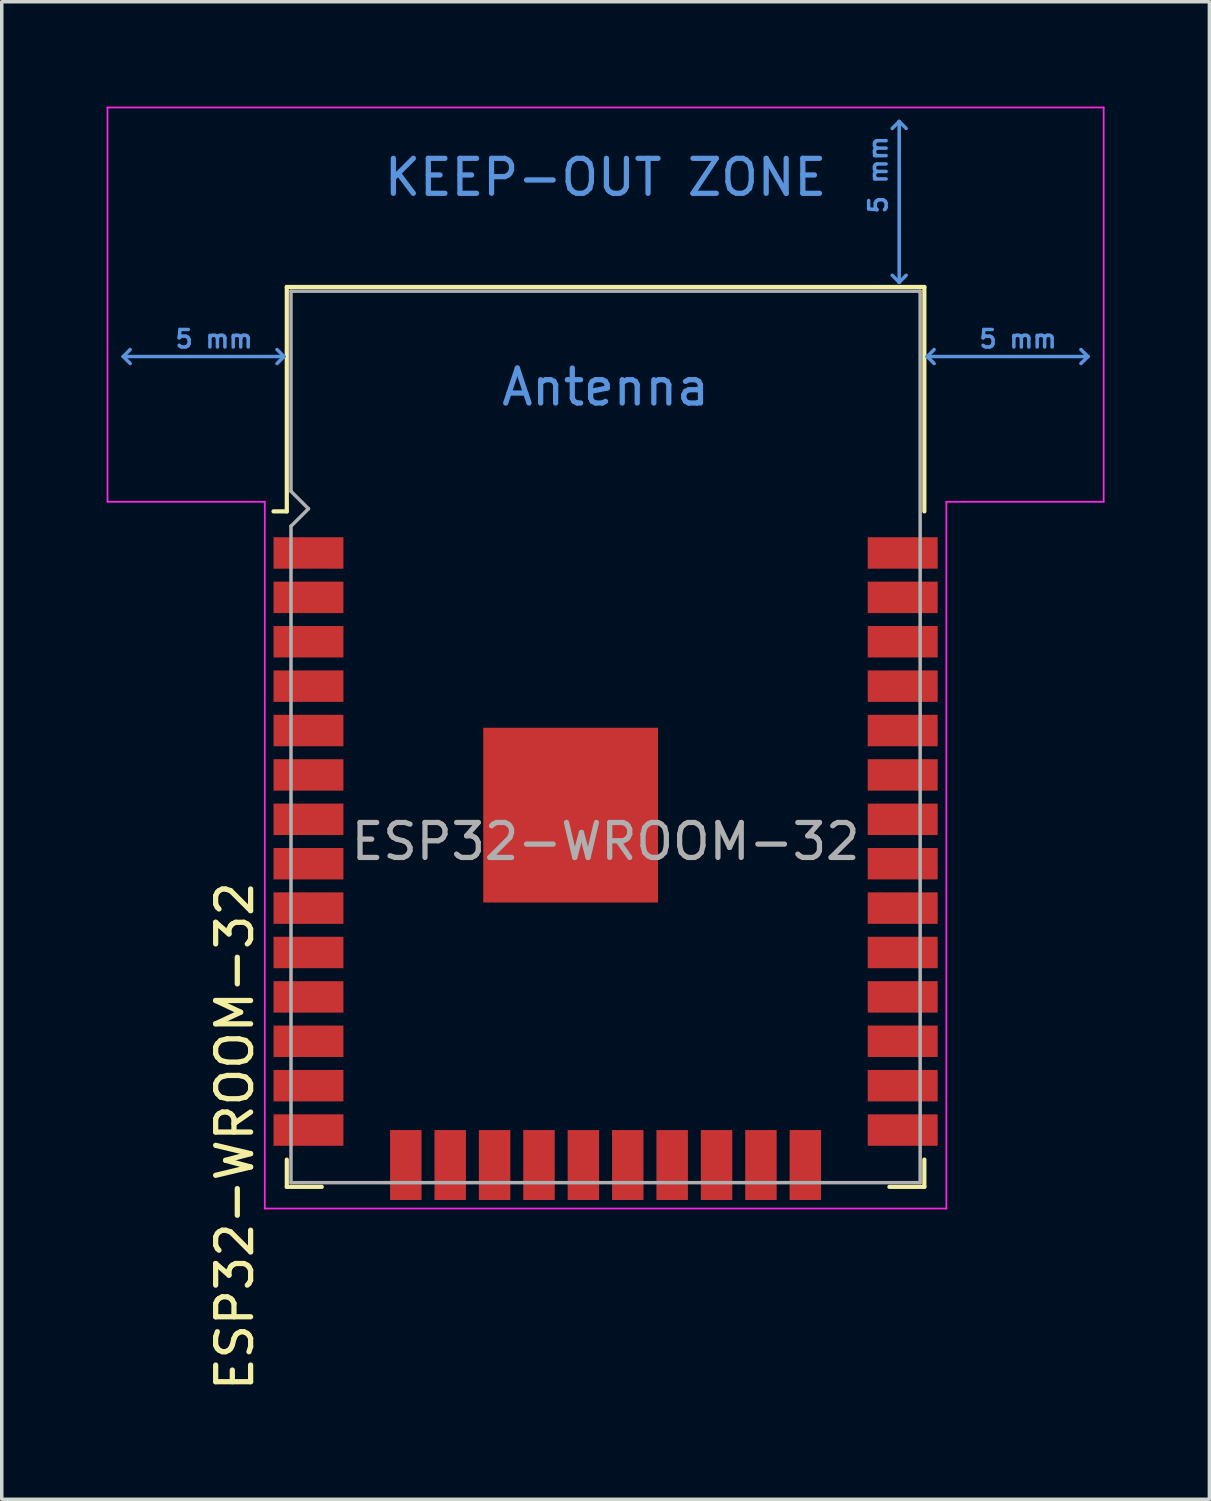
<source format=kicad_pcb>
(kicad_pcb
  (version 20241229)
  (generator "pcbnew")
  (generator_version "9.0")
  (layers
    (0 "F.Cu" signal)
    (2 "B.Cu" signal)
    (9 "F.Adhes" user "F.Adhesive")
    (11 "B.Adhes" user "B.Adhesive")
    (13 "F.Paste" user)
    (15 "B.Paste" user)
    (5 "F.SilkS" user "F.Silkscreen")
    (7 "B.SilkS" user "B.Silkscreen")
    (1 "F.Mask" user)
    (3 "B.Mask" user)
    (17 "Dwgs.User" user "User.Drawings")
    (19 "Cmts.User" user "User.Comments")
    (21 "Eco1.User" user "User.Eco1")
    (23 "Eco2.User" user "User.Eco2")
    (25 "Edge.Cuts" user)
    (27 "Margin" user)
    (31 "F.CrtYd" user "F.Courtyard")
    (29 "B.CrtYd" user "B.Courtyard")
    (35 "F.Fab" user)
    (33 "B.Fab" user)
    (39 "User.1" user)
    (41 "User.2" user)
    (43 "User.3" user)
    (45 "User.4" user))
  (footprint "ESP32-WROOM-32"
    (layer "F.Cu")
    (at 14.275 21.767)
    (property "Reference" "ESP32-WROOM-32" (at -10.61 7.688 90) (layer "F.SilkS") (effects (font (size 1 1) (thickness 0.15))))
    (attr smd)
    (fp_line (start -9.12 -16.607) (end -9.12 -10.187) (stroke (width 0.12) (type solid)) (layer "F.SilkS"))
    (fp_line (start -9.12 -16.607) (end 9.12 -16.607) (stroke (width 0.12) (type solid)) (layer "F.SilkS"))
    (fp_line (start -9.12 -10.187) (end -9.5 -10.187) (stroke (width 0.12) (type solid)) (layer "F.SilkS"))
    (fp_line (start -9.12 8.358) (end -9.12 9.138) (stroke (width 0.12) (type solid)) (layer "F.SilkS"))
    (fp_line (start -9.12 9.138) (end -8.12 9.138) (stroke (width 0.12) (type solid)) (layer "F.SilkS"))
    (fp_line (start 9.12 -16.607) (end 9.12 -10.187) (stroke (width 0.12) (type solid)) (layer "F.SilkS"))
    (fp_line (start 9.12 8.358) (end 9.12 9.138) (stroke (width 0.12) (type solid)) (layer "F.SilkS"))
    (fp_line (start 9.12 9.138) (end 8.12 9.138) (stroke (width 0.12) (type solid)) (layer "F.SilkS"))
    (fp_line (start -13.8 -14.617) (end -13.6 -14.817) (stroke (width 0.1) (type solid)) (layer "Cmts.User"))
    (fp_line (start -13.8 -14.617) (end -13.6 -14.417) (stroke (width 0.1) (type solid)) (layer "Cmts.User"))
    (fp_line (start -13.8 -14.617) (end -9.2 -14.617) (stroke (width 0.1) (type solid)) (layer "Cmts.User"))
    (fp_line (start -9.2 -14.617) (end -9.4 -14.817) (stroke (width 0.1) (type solid)) (layer "Cmts.User"))
    (fp_line (start -9.2 -14.617) (end -9.4 -14.417) (stroke (width 0.1) (type solid)) (layer "Cmts.User"))
    (fp_line (start 8.4 -21.342) (end 8.2 -21.142) (stroke (width 0.1) (type solid)) (layer "Cmts.User"))
    (fp_line (start 8.4 -21.342) (end 8.6 -21.142) (stroke (width 0.1) (type solid)) (layer "Cmts.User"))
    (fp_line (start 8.4 -16.742) (end 8.2 -16.942) (stroke (width 0.1) (type solid)) (layer "Cmts.User"))
    (fp_line (start 8.4 -16.742) (end 8.4 -21.342) (stroke (width 0.1) (type solid)) (layer "Cmts.User"))
    (fp_line (start 8.4 -16.742) (end 8.6 -16.942) (stroke (width 0.1) (type solid)) (layer "Cmts.User"))
    (fp_line (start 9.2 -14.617) (end 9.4 -14.817) (stroke (width 0.1) (type solid)) (layer "Cmts.User"))
    (fp_line (start 9.2 -14.617) (end 9.4 -14.417) (stroke (width 0.1) (type solid)) (layer "Cmts.User"))
    (fp_line (start 9.2 -14.617) (end 13.8 -14.617) (stroke (width 0.1) (type solid)) (layer "Cmts.User"))
    (fp_line (start 13.8 -14.617) (end 13.6 -14.817) (stroke (width 0.1) (type solid)) (layer "Cmts.User"))
    (fp_line (start 13.8 -14.617) (end 13.6 -14.417) (stroke (width 0.1) (type solid)) (layer "Cmts.User"))
    (fp_line (start -14.25 -21.742) (end -14.25 -10.462) (stroke (width 0.05) (type solid)) (layer "F.CrtYd"))
    (fp_line (start -14.25 -21.742) (end 14.25 -21.742) (stroke (width 0.05) (type solid)) (layer "F.CrtYd"))
    (fp_line (start -14.25 -10.462) (end -9.75 -10.462) (stroke (width 0.05) (type solid)) (layer "F.CrtYd"))
    (fp_line (start -9.75 9.758) (end -9.75 -10.462) (stroke (width 0.05) (type solid)) (layer "F.CrtYd"))
    (fp_line (start -9.75 9.758) (end 9.75 9.758) (stroke (width 0.05) (type solid)) (layer "F.CrtYd"))
    (fp_line (start 9.75 -10.462) (end 9.75 9.758) (stroke (width 0.05) (type solid)) (layer "F.CrtYd"))
    (fp_line (start 9.75 -10.462) (end 14.25 -10.462) (stroke (width 0.05) (type solid)) (layer "F.CrtYd"))
    (fp_line (start 14.25 -21.742) (end 14.25 -10.462) (stroke (width 0.05) (type solid)) (layer "F.CrtYd"))
    (fp_line (start -9 -16.487) (end -9 -10.762) (stroke (width 0.1) (type solid)) (layer "F.Fab"))
    (fp_line (start -9 -16.487) (end 9 -16.487) (stroke (width 0.1) (type solid)) (layer "F.Fab"))
    (fp_line (start -9 -9.762) (end -9 9.018) (stroke (width 0.1) (type solid)) (layer "F.Fab"))
    (fp_line (start -9 -9.762) (end -8.5 -10.262) (stroke (width 0.1) (type solid)) (layer "F.Fab"))
    (fp_line (start -9 9.018) (end 9 9.018) (stroke (width 0.1) (type solid)) (layer "F.Fab"))
    (fp_line (start -8.5 -10.262) (end -9 -10.762) (stroke (width 0.1) (type solid)) (layer "F.Fab"))
    (fp_line (start 9 9.018) (end 9 -16.487) (stroke (width 0.1) (type solid)) (layer "F.Fab"))
    (fp_text user "5 mm" (at -11.2 -15.117 0) (layer "Cmts.User") (effects (font (size 0.5 0.5) (thickness 0.1))))
    (fp_text user "KEEP-OUT ZONE" (at 0 -19.742 0) (layer "Cmts.User") (effects (font (size 1 1) (thickness 0.15))))
    (fp_text user "Antenna" (at 0 -13.742 0) (layer "Cmts.User") (effects (font (size 1 1) (thickness 0.15))))
    (fp_text user "5 mm" (at 7.8 -19.817 90) (layer "Cmts.User") (effects (font (size 0.5 0.5) (thickness 0.1))))
    (fp_text user "5 mm" (at 11.8 -15.117 0) (layer "Cmts.User") (effects (font (size 0.5 0.5) (thickness 0.1))))
    (fp_text user "${REFERENCE}" (at 0 -0.742 0) (layer "F.Fab") (effects (font (size 1 1) (thickness 0.15))))
    (pad "1" smd rect (at -8.5 -8.997) (size 2 0.9) (layers "F.Cu" "F.Mask" "F.Paste"))
    (pad "2" smd rect (at -8.5 -7.727) (size 2 0.9) (layers "F.Cu" "F.Mask" "F.Paste"))
    (pad "3" smd rect (at -8.5 -6.457) (size 2 0.9) (layers "F.Cu" "F.Mask" "F.Paste"))
    (pad "4" smd rect (at -8.5 -5.187) (size 2 0.9) (layers "F.Cu" "F.Mask" "F.Paste"))
    (pad "5" smd rect (at -8.5 -3.917) (size 2 0.9) (layers "F.Cu" "F.Mask" "F.Paste"))
    (pad "6" smd rect (at -8.5 -2.647) (size 2 0.9) (layers "F.Cu" "F.Mask" "F.Paste"))
    (pad "7" smd rect (at -8.5 -1.377) (size 2 0.9) (layers "F.Cu" "F.Mask" "F.Paste"))
    (pad "8" smd rect (at -8.5 -0.107) (size 2 0.9) (layers "F.Cu" "F.Mask" "F.Paste"))
    (pad "9" smd rect (at -8.5 1.163) (size 2 0.9) (layers "F.Cu" "F.Mask" "F.Paste"))
    (pad "10" smd rect (at -8.5 2.433) (size 2 0.9) (layers "F.Cu" "F.Mask" "F.Paste"))
    (pad "11" smd rect (at -8.5 3.703) (size 2 0.9) (layers "F.Cu" "F.Mask" "F.Paste"))
    (pad "12" smd rect (at -8.5 4.973) (size 2 0.9) (layers "F.Cu" "F.Mask" "F.Paste"))
    (pad "13" smd rect (at -8.5 6.243) (size 2 0.9) (layers "F.Cu" "F.Mask" "F.Paste"))
    (pad "14" smd rect (at -8.5 7.513) (size 2 0.9) (layers "F.Cu" "F.Mask" "F.Paste"))
    (pad "15" smd rect (at -5.715 8.513 90) (size 2 0.9) (layers "F.Cu" "F.Mask" "F.Paste"))
    (pad "16" smd rect (at -4.445 8.513 90) (size 2 0.9) (layers "F.Cu" "F.Mask" "F.Paste"))
    (pad "17" smd rect (at -3.175 8.513 90) (size 2 0.9) (layers "F.Cu" "F.Mask" "F.Paste"))
    (pad "18" smd rect (at -1.905 8.513 90) (size 2 0.9) (layers "F.Cu" "F.Mask" "F.Paste"))
    (pad "19" smd rect (at -0.635 8.513 90) (size 2 0.9) (layers "F.Cu" "F.Mask" "F.Paste"))
    (pad "20" smd rect (at 0.635 8.513 90) (size 2 0.9) (layers "F.Cu" "F.Mask" "F.Paste"))
    (pad "21" smd rect (at 1.905 8.513 90) (size 2 0.9) (layers "F.Cu" "F.Mask" "F.Paste"))
    (pad "22" smd rect (at 3.175 8.513 90) (size 2 0.9) (layers "F.Cu" "F.Mask" "F.Paste"))
    (pad "23" smd rect (at 4.445 8.513 90) (size 2 0.9) (layers "F.Cu" "F.Mask" "F.Paste"))
    (pad "24" smd rect (at 5.715 8.513 90) (size 2 0.9) (layers "F.Cu" "F.Mask" "F.Paste"))
    (pad "25" smd rect (at 8.5 7.513) (size 2 0.9) (layers "F.Cu" "F.Mask" "F.Paste"))
    (pad "26" smd rect (at 8.5 6.243) (size 2 0.9) (layers "F.Cu" "F.Mask" "F.Paste"))
    (pad "27" smd rect (at 8.5 4.973) (size 2 0.9) (layers "F.Cu" "F.Mask" "F.Paste"))
    (pad "28" smd rect (at 8.5 3.703) (size 2 0.9) (layers "F.Cu" "F.Mask" "F.Paste"))
    (pad "29" smd rect (at 8.5 2.433) (size 2 0.9) (layers "F.Cu" "F.Mask" "F.Paste"))
    (pad "30" smd rect (at 8.5 1.163) (size 2 0.9) (layers "F.Cu" "F.Mask" "F.Paste"))
    (pad "31" smd rect (at 8.5 -0.107) (size 2 0.9) (layers "F.Cu" "F.Mask" "F.Paste"))
    (pad "32" smd rect (at 8.5 -1.377) (size 2 0.9) (layers "F.Cu" "F.Mask" "F.Paste"))
    (pad "33" smd rect (at 8.5 -2.647) (size 2 0.9) (layers "F.Cu" "F.Mask" "F.Paste"))
    (pad "34" smd rect (at 8.5 -3.917) (size 2 0.9) (layers "F.Cu" "F.Mask" "F.Paste"))
    (pad "35" smd rect (at 8.5 -5.187) (size 2 0.9) (layers "F.Cu" "F.Mask" "F.Paste"))
    (pad "36" smd rect (at 8.5 -6.457) (size 2 0.9) (layers "F.Cu" "F.Mask" "F.Paste"))
    (pad "37" smd rect (at 8.5 -7.727) (size 2 0.9) (layers "F.Cu" "F.Mask" "F.Paste"))
    (pad "38" smd rect (at 8.5 -8.997) (size 2 0.9) (layers "F.Cu" "F.Mask" "F.Paste"))
    (pad "39" smd rect (at -1 -1.497) (size 5 5) (layers "F.Cu" "F.Mask" "F.Paste"))
    (zone (net_name "") (layers "F.Cu" "B.Cu") (hatch full 0.508) (connect_pads) (min_thickness 0.254) (filled_areas_thickness no) (keepout (tracks not_allowed) (vias not_allowed) (pads not_allowed) (copperpour not_allowed) (footprints not_allowed)) (placement (enabled no)) (fill) (polygon (pts (xy 0.275 11.055) (xy 28.275 11.055) (xy 28.275 0.275) (xy 0.275 0.275)))))
  (gr_rect
    (start -3 -3)
    (end 31.55 39.842)
    (stroke (width 0.1) (type default))
    (fill no)
    (layer "Edge.Cuts")))
</source>
